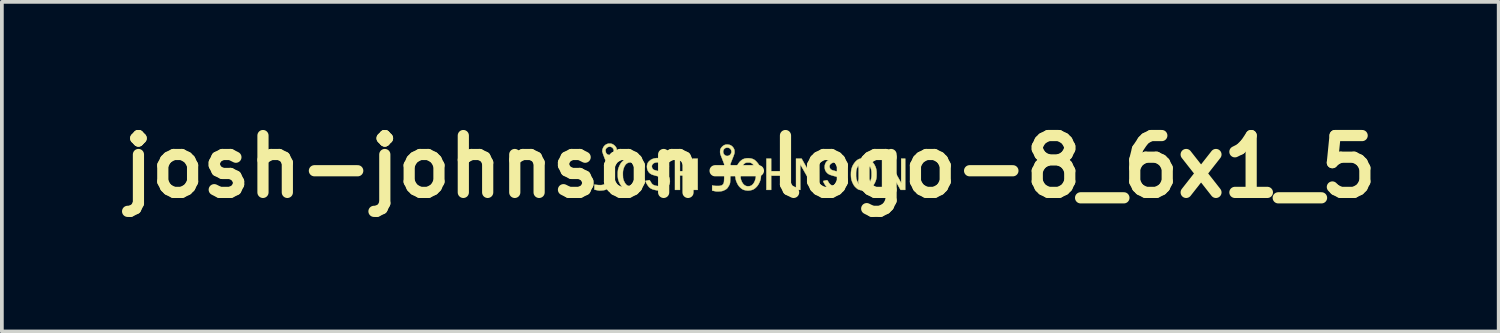
<source format=kicad_pcb>
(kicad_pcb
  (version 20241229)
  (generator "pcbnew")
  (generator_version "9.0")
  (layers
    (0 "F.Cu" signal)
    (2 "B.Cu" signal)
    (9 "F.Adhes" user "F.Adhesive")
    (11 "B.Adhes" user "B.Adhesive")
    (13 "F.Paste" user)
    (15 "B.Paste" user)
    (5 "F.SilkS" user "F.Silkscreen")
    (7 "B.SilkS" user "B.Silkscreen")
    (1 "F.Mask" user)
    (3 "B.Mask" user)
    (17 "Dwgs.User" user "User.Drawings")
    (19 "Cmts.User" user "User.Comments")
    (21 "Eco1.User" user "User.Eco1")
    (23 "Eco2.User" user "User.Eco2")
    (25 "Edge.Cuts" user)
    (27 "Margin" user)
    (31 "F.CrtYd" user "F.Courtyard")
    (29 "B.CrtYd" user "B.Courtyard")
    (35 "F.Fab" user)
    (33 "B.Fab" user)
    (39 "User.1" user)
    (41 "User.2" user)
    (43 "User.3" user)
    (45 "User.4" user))
  (footprint "josh-johnson-logo-8_6x1_5"
    (layer "F.Cu")
    (at 17.062 1.418)
    (property "Reference" "josh-johnson-logo-8_6x1_5" (at 0 0 0) (layer "F.SilkS") (effects (font (size 1.524 1.524) (thickness 0.3))))
    (attr through_hole)
    (fp_poly (pts (xy -1.886 0.121) (xy -1.543 0.121) (xy -1.543 -0.216) (xy -1.41 -0.216) (xy -1.41 0.622) (xy -1.543 0.622) (xy -1.543 0.235) (xy -1.886 0.235) (xy -1.886 0.622) (xy -2.019 0.622) (xy -2.019 -0.216) (xy -1.886 -0.216) (xy -1.886 0.121)) (stroke (width 0.01) (type solid)) (fill yes) (layer "F.SilkS"))
    (fp_poly (pts (xy 1.035 0.622) (xy 0.902 0.622) (xy 0.902 0.241) (xy 0.559 0.241) (xy 0.559 0.622) (xy 0.432 0.622) (xy 0.432 -0.216) (xy 0.559 -0.216) (xy 0.559 0.121) (xy 0.901 0.121) (xy 0.903 -0.046) (xy 0.905 -0.213) (xy 0.97 -0.215) (xy 1.035 -0.216) (xy 1.035 0.622)) (stroke (width 0.01) (type solid)) (fill yes) (layer "F.SilkS"))
    (fp_poly (pts (xy 3.605 -0.215) (xy 3.68 -0.213) (xy 3.862 0.111) (xy 4.045 0.434) (xy 4.045 -0.216) (xy 4.153 -0.216) (xy 4.153 0.622) (xy 4.091 0.622) (xy 4.029 0.622) (xy 3.642 -0.066) (xy 3.64 0.278) (xy 3.638 0.622) (xy 3.531 0.622) (xy 3.531 -0.216) (xy 3.605 -0.215)) (stroke (width 0.01) (type solid)) (fill yes) (layer "F.SilkS"))
    (fp_poly (pts (xy 1.795 -0.215) (xy 1.851 -0.213) (xy 1.854 0.623) (xy 1.79 0.621) (xy 1.726 0.619) (xy 1.536 0.283) (xy 1.502 0.222) (xy 1.47 0.166) (xy 1.44 0.113) (xy 1.413 0.065) (xy 1.389 0.024) (xy 1.37 -0.011) (xy 1.355 -0.037) (xy 1.345 -0.054) (xy 1.341 -0.061) (xy 1.341 -0.061) (xy 1.34 -0.057) (xy 1.34 -0.04) (xy 1.339 -0.014) (xy 1.339 0.022) (xy 1.338 0.067) (xy 1.338 0.118) (xy 1.338 0.176) (xy 1.338 0.238) (xy 1.339 0.277) (xy 1.341 0.622) (xy 1.226 0.622) (xy 1.226 -0.216) (xy 1.375 -0.216) (xy 1.516 0.033) (xy 1.547 0.088) (xy 1.578 0.142) (xy 1.607 0.195) (xy 1.634 0.243) (xy 1.658 0.286) (xy 1.679 0.322) (xy 1.694 0.349) (xy 1.7 0.359) (xy 1.743 0.436) (xy 1.741 0.11) (xy 1.74 -0.216) (xy 1.795 -0.215)) (stroke (width 0.01) (type solid)) (fill yes) (layer "F.SilkS"))
    (fp_poly (pts (xy -3.181 -0.231) (xy -3.162 -0.228) (xy -3.118 -0.22) (xy -3.082 -0.209) (xy -3.051 -0.193) (xy -3.021 -0.17) (xy -2.997 -0.148) (xy -2.948 -0.094) (xy -2.911 -0.033) (xy -2.885 0.034) (xy -2.869 0.107) (xy -2.866 0.137) (xy -2.863 0.216) (xy -2.869 0.289) (xy -2.885 0.358) (xy -2.911 0.426) (xy -2.919 0.443) (xy -2.953 0.501) (xy -2.993 0.55) (xy -3.038 0.587) (xy -3.087 0.614) (xy -3.138 0.628) (xy -3.172 0.634) (xy -3.198 0.636) (xy -3.219 0.637) (xy -3.241 0.636) (xy -3.254 0.634) (xy -3.313 0.621) (xy -3.365 0.6) (xy -3.41 0.57) (xy -3.449 0.529) (xy -3.484 0.477) (xy -3.505 0.436) (xy -3.523 0.397) (xy -3.535 0.363) (xy -3.544 0.33) (xy -3.549 0.294) (xy -3.552 0.253) (xy -3.552 0.203) (xy -3.552 0.197) (xy -3.416 0.197) (xy -3.415 0.229) (xy -3.413 0.266) (xy -3.412 0.294) (xy -3.409 0.315) (xy -3.405 0.334) (xy -3.399 0.353) (xy -3.392 0.372) (xy -3.37 0.418) (xy -3.346 0.457) (xy -3.319 0.487) (xy -3.309 0.495) (xy -3.275 0.512) (xy -3.234 0.522) (xy -3.191 0.522) (xy -3.149 0.514) (xy -3.134 0.508) (xy -3.1 0.487) (xy -3.07 0.453) (xy -3.044 0.409) (xy -3.04 0.4) (xy -3.024 0.364) (xy -3.014 0.331) (xy -3.007 0.297) (xy -3.003 0.26) (xy -3.001 0.214) (xy -3.001 0.197) (xy -3.002 0.148) (xy -3.005 0.109) (xy -3.01 0.075) (xy -3.02 0.044) (xy -3.034 0.011) (xy -3.043 -0.008) (xy -3.07 -0.051) (xy -3.099 -0.083) (xy -3.133 -0.103) (xy -3.174 -0.114) (xy -3.218 -0.116) (xy -3.263 -0.11) (xy -3.302 -0.092) (xy -3.337 -0.063) (xy -3.366 -0.022) (xy -3.384 0.016) (xy -3.397 0.05) (xy -3.406 0.082) (xy -3.412 0.115) (xy -3.415 0.153) (xy -3.416 0.197) (xy -3.552 0.197) (xy -3.552 0.153) (xy -3.549 0.111) (xy -3.544 0.076) (xy -3.535 0.043) (xy -3.522 0.009) (xy -3.505 -0.029) (xy -3.504 -0.032) (xy -3.486 -0.066) (xy -3.47 -0.093) (xy -3.452 -0.116) (xy -3.429 -0.14) (xy -3.428 -0.141) (xy -3.392 -0.173) (xy -3.357 -0.197) (xy -3.32 -0.213) (xy -3.275 -0.224) (xy -3.266 -0.225) (xy -3.233 -0.23) (xy -3.207 -0.232) (xy -3.181 -0.231)) (stroke (width 0.01) (type solid)) (fill yes) (layer "F.SilkS"))
    (fp_poly (pts (xy -3.707 -0.61) (xy -3.693 -0.604) (xy -3.657 -0.582) (xy -3.624 -0.552) (xy -3.598 -0.517) (xy -3.595 -0.512) (xy -3.587 -0.493) (xy -3.582 -0.476) (xy -3.579 -0.455) (xy -3.579 -0.427) (xy -3.579 -0.425) (xy -3.579 -0.408) (xy -3.58 -0.393) (xy -3.582 -0.378) (xy -3.586 -0.362) (xy -3.592 -0.342) (xy -3.601 -0.316) (xy -3.614 -0.283) (xy -3.631 -0.241) (xy -3.634 -0.232) (xy -3.689 -0.092) (xy -3.689 0.137) (xy -3.69 0.204) (xy -3.69 0.259) (xy -3.691 0.305) (xy -3.692 0.341) (xy -3.694 0.369) (xy -3.696 0.391) (xy -3.698 0.407) (xy -3.699 0.407) (xy -3.717 0.466) (xy -3.745 0.518) (xy -3.782 0.561) (xy -3.828 0.595) (xy -3.882 0.619) (xy -3.89 0.622) (xy -3.916 0.628) (xy -3.95 0.633) (xy -3.987 0.637) (xy -4.023 0.639) (xy -4.054 0.639) (xy -4.067 0.637) (xy -4.083 0.635) (xy -4.106 0.63) (xy -4.132 0.625) (xy -4.132 0.625) (xy -4.178 0.615) (xy -4.178 0.481) (xy -4.145 0.485) (xy -4.078 0.492) (xy -4.021 0.494) (xy -3.975 0.491) (xy -3.937 0.482) (xy -3.907 0.469) (xy -3.885 0.449) (xy -3.872 0.429) (xy -3.868 0.422) (xy -3.865 0.415) (xy -3.863 0.406) (xy -3.861 0.394) (xy -3.86 0.378) (xy -3.858 0.357) (xy -3.858 0.328) (xy -3.857 0.292) (xy -3.856 0.246) (xy -3.856 0.189) (xy -3.856 0.154) (xy -3.854 -0.096) (xy -3.905 -0.228) (xy -3.925 -0.281) (xy -3.941 -0.323) (xy -3.952 -0.357) (xy -3.96 -0.385) (xy -3.965 -0.407) (xy -3.966 -0.426) (xy -3.965 -0.444) (xy -3.965 -0.446) (xy -3.88 -0.446) (xy -3.88 -0.414) (xy -3.872 -0.383) (xy -3.858 -0.355) (xy -3.837 -0.334) (xy -3.828 -0.329) (xy -3.799 -0.317) (xy -3.777 -0.312) (xy -3.756 -0.313) (xy -3.732 -0.32) (xy -3.703 -0.335) (xy -3.682 -0.355) (xy -3.67 -0.378) (xy -3.659 -0.414) (xy -3.661 -0.448) (xy -3.673 -0.48) (xy -3.694 -0.507) (xy -3.724 -0.527) (xy -3.747 -0.534) (xy -3.782 -0.536) (xy -3.815 -0.526) (xy -3.845 -0.508) (xy -3.868 -0.481) (xy -3.871 -0.475) (xy -3.88 -0.446) (xy -3.965 -0.446) (xy -3.962 -0.462) (xy -3.96 -0.469) (xy -3.942 -0.515) (xy -3.916 -0.554) (xy -3.882 -0.585) (xy -3.842 -0.607) (xy -3.799 -0.619) (xy -3.753 -0.62) (xy -3.707 -0.61)) (stroke (width 0.01) (type solid)) (fill yes) (layer "F.SilkS"))
    (fp_poly (pts (xy -0.003 -0.223) (xy 0.05 -0.212) (xy 0.096 -0.192) (xy 0.097 -0.192) (xy 0.123 -0.174) (xy 0.153 -0.147) (xy 0.183 -0.115) (xy 0.21 -0.081) (xy 0.233 -0.047) (xy 0.237 -0.04) (xy 0.257 0.004) (xy 0.272 0.047) (xy 0.281 0.094) (xy 0.286 0.146) (xy 0.288 0.194) (xy 0.286 0.25) (xy 0.282 0.298) (xy 0.274 0.34) (xy 0.262 0.381) (xy 0.244 0.423) (xy 0.237 0.438) (xy 0.217 0.475) (xy 0.196 0.507) (xy 0.171 0.537) (xy 0.163 0.545) (xy 0.128 0.578) (xy 0.094 0.602) (xy 0.059 0.619) (xy 0.019 0.63) (xy 0.008 0.632) (xy -0.026 0.638) (xy -0.056 0.64) (xy -0.085 0.639) (xy -0.119 0.634) (xy -0.13 0.632) (xy -0.17 0.623) (xy -0.204 0.608) (xy -0.236 0.587) (xy -0.271 0.558) (xy -0.274 0.554) (xy -0.298 0.53) (xy -0.316 0.506) (xy -0.334 0.478) (xy -0.349 0.449) (xy -0.37 0.404) (xy -0.385 0.362) (xy -0.394 0.319) (xy -0.4 0.272) (xy -0.401 0.216) (xy -0.401 0.206) (xy -0.263 0.206) (xy -0.263 0.255) (xy -0.26 0.294) (xy -0.255 0.327) (xy -0.246 0.358) (xy -0.233 0.389) (xy -0.218 0.421) (xy -0.189 0.464) (xy -0.155 0.496) (xy -0.116 0.517) (xy -0.072 0.526) (xy -0.024 0.523) (xy 0.000434 0.517) (xy 0.037 0.5) (xy 0.07 0.471) (xy 0.098 0.432) (xy 0.122 0.383) (xy 0.14 0.326) (xy 0.144 0.309) (xy 0.149 0.275) (xy 0.151 0.235) (xy 0.152 0.191) (xy 0.15 0.146) (xy 0.146 0.105) (xy 0.14 0.07) (xy 0.135 0.05) (xy 0.113 -0.001) (xy 0.09 -0.041) (xy 0.062 -0.072) (xy 0.033 -0.094) (xy 0.017 -0.102) (xy 0.002 -0.107) (xy -0.016 -0.11) (xy -0.04 -0.111) (xy -0.054 -0.111) (xy -0.085 -0.11) (xy -0.107 -0.108) (xy -0.124 -0.103) (xy -0.137 -0.097) (xy -0.173 -0.071) (xy -0.203 -0.034) (xy -0.222 -0.002) (xy -0.237 0.032) (xy -0.249 0.063) (xy -0.256 0.092) (xy -0.261 0.125) (xy -0.263 0.165) (xy -0.263 0.206) (xy -0.401 0.206) (xy -0.4 0.148) (xy -0.394 0.098) (xy -0.385 0.053) (xy -0.369 0.009) (xy -0.351 -0.032) (xy -0.321 -0.082) (xy -0.286 -0.128) (xy -0.246 -0.166) (xy -0.209 -0.193) (xy -0.164 -0.212) (xy -0.113 -0.224) (xy -0.058 -0.227) (xy -0.003 -0.223)) (stroke (width 0.01) (type solid)) (fill yes) (layer "F.SilkS"))
    (fp_poly (pts (xy 3.077 -0.226) (xy 3.112 -0.221) (xy 3.147 -0.212) (xy 3.178 -0.202) (xy 3.201 -0.191) (xy 3.202 -0.19) (xy 3.24 -0.159) (xy 3.278 -0.121) (xy 3.311 -0.079) (xy 3.331 -0.047) (xy 3.353 -0.003) (xy 3.369 0.04) (xy 3.379 0.085) (xy 3.385 0.135) (xy 3.386 0.194) (xy 3.385 0.25) (xy 3.382 0.297) (xy 3.374 0.339) (xy 3.362 0.379) (xy 3.344 0.421) (xy 3.334 0.442) (xy 3.302 0.496) (xy 3.265 0.543) (xy 3.224 0.581) (xy 3.182 0.609) (xy 3.178 0.61) (xy 3.138 0.625) (xy 3.094 0.635) (xy 3.05 0.64) (xy 3.01 0.639) (xy 3 0.637) (xy 2.959 0.629) (xy 2.928 0.621) (xy 2.903 0.613) (xy 2.882 0.602) (xy 2.862 0.587) (xy 2.84 0.568) (xy 2.826 0.555) (xy 2.803 0.532) (xy 2.786 0.511) (xy 2.77 0.487) (xy 2.753 0.455) (xy 2.75 0.449) (xy 2.728 0.4) (xy 2.713 0.354) (xy 2.703 0.306) (xy 2.699 0.251) (xy 2.698 0.206) (xy 2.836 0.206) (xy 2.836 0.255) (xy 2.839 0.294) (xy 2.844 0.327) (xy 2.853 0.357) (xy 2.865 0.388) (xy 2.881 0.421) (xy 2.91 0.464) (xy 2.944 0.496) (xy 2.983 0.517) (xy 3.027 0.526) (xy 3.074 0.523) (xy 3.099 0.517) (xy 3.137 0.499) (xy 3.17 0.47) (xy 3.199 0.43) (xy 3.218 0.388) (xy 3.232 0.349) (xy 3.242 0.313) (xy 3.248 0.276) (xy 3.251 0.233) (xy 3.251 0.196) (xy 3.25 0.143) (xy 3.245 0.099) (xy 3.236 0.06) (xy 3.222 0.022) (xy 3.217 0.01) (xy 3.197 -0.029) (xy 3.175 -0.058) (xy 3.151 -0.081) (xy 3.131 -0.094) (xy 3.116 -0.102) (xy 3.101 -0.107) (xy 3.083 -0.11) (xy 3.058 -0.111) (xy 3.045 -0.111) (xy 3.014 -0.11) (xy 2.992 -0.108) (xy 2.975 -0.103) (xy 2.962 -0.097) (xy 2.927 -0.072) (xy 2.897 -0.037) (xy 2.878 -0.003) (xy 2.862 0.031) (xy 2.851 0.062) (xy 2.843 0.092) (xy 2.838 0.126) (xy 2.836 0.167) (xy 2.836 0.206) (xy 2.698 0.206) (xy 2.7 0.143) (xy 2.707 0.089) (xy 2.719 0.039) (xy 2.738 -0.011) (xy 2.748 -0.032) (xy 2.778 -0.082) (xy 2.813 -0.128) (xy 2.853 -0.167) (xy 2.89 -0.193) (xy 2.922 -0.207) (xy 2.963 -0.219) (xy 3.007 -0.226) (xy 3.045 -0.228) (xy 3.077 -0.226)) (stroke (width 0.01) (type solid)) (fill yes) (layer "F.SilkS"))
    (fp_poly (pts (xy -0.565 -0.588) (xy -0.521 -0.571) (xy -0.483 -0.543) (xy -0.452 -0.505) (xy -0.44 -0.484) (xy -0.43 -0.461) (xy -0.425 -0.44) (xy -0.423 -0.416) (xy -0.423 -0.4) (xy -0.423 -0.384) (xy -0.424 -0.369) (xy -0.427 -0.354) (xy -0.432 -0.336) (xy -0.44 -0.313) (xy -0.45 -0.284) (xy -0.465 -0.246) (xy -0.478 -0.213) (xy -0.533 -0.073) (xy -0.535 0.175) (xy -0.536 0.239) (xy -0.537 0.292) (xy -0.538 0.335) (xy -0.539 0.369) (xy -0.54 0.396) (xy -0.541 0.416) (xy -0.543 0.432) (xy -0.546 0.445) (xy -0.549 0.456) (xy -0.549 0.457) (xy -0.559 0.483) (xy -0.575 0.512) (xy -0.593 0.543) (xy -0.611 0.569) (xy -0.628 0.588) (xy -0.629 0.589) (xy -0.647 0.603) (xy -0.672 0.618) (xy -0.702 0.633) (xy -0.73 0.645) (xy -0.754 0.653) (xy -0.756 0.653) (xy -0.784 0.658) (xy -0.818 0.661) (xy -0.854 0.663) (xy -0.887 0.663) (xy -0.905 0.663) (xy -0.924 0.66) (xy -0.95 0.656) (xy -0.976 0.65) (xy -1.022 0.64) (xy -1.022 0.503) (xy -0.992 0.509) (xy -0.974 0.512) (xy -0.946 0.514) (xy -0.914 0.516) (xy -0.886 0.516) (xy -0.839 0.516) (xy -0.803 0.512) (xy -0.774 0.504) (xy -0.751 0.492) (xy -0.732 0.474) (xy -0.731 0.473) (xy -0.723 0.463) (xy -0.717 0.451) (xy -0.711 0.436) (xy -0.707 0.416) (xy -0.704 0.392) (xy -0.702 0.36) (xy -0.7 0.321) (xy -0.699 0.272) (xy -0.699 0.213) (xy -0.699 0.151) (xy -0.699 -0.069) (xy -0.754 -0.211) (xy -0.772 -0.256) (xy -0.785 -0.291) (xy -0.795 -0.318) (xy -0.802 -0.339) (xy -0.806 -0.356) (xy -0.808 -0.37) (xy -0.809 -0.385) (xy -0.809 -0.395) (xy -0.728 -0.395) (xy -0.722 -0.364) (xy -0.708 -0.336) (xy -0.687 -0.312) (xy -0.66 -0.296) (xy -0.63 -0.287) (xy -0.597 -0.289) (xy -0.581 -0.294) (xy -0.548 -0.313) (xy -0.524 -0.34) (xy -0.509 -0.372) (xy -0.505 -0.407) (xy -0.513 -0.443) (xy -0.517 -0.453) (xy -0.537 -0.48) (xy -0.563 -0.499) (xy -0.594 -0.509) (xy -0.627 -0.511) (xy -0.659 -0.504) (xy -0.687 -0.488) (xy -0.71 -0.463) (xy -0.71 -0.462) (xy -0.724 -0.429) (xy -0.728 -0.395) (xy -0.809 -0.395) (xy -0.809 -0.401) (xy -0.809 -0.403) (xy -0.808 -0.433) (xy -0.805 -0.455) (xy -0.799 -0.474) (xy -0.795 -0.481) (xy -0.766 -0.524) (xy -0.729 -0.559) (xy -0.7 -0.576) (xy -0.677 -0.586) (xy -0.655 -0.591) (xy -0.63 -0.593) (xy -0.616 -0.594) (xy -0.565 -0.588)) (stroke (width 0.01) (type solid)) (fill yes) (layer "F.SilkS"))
    (fp_poly (pts (xy -2.448 -0.228) (xy -2.43 -0.225) (xy -2.377 -0.214) (xy -2.335 -0.2) (xy -2.3 -0.182) (xy -2.27 -0.158) (xy -2.244 -0.127) (xy -2.236 -0.115) (xy -2.222 -0.094) (xy -2.209 -0.071) (xy -2.196 -0.048) (xy -2.186 -0.029) (xy -2.18 -0.015) (xy -2.179 -0.01) (xy -2.186 -0.007) (xy -2.202 -0.002) (xy -2.225 0.004) (xy -2.24 0.008) (xy -2.299 0.025) (xy -2.303 0.007) (xy -2.318 -0.031) (xy -2.343 -0.064) (xy -2.377 -0.089) (xy -2.419 -0.107) (xy -2.467 -0.116) (xy -2.486 -0.117) (xy -2.533 -0.113) (xy -2.573 -0.101) (xy -2.605 -0.082) (xy -2.627 -0.055) (xy -2.639 -0.024) (xy -2.638 0.008) (xy -2.628 0.04) (xy -2.612 0.063) (xy -2.604 0.072) (xy -2.593 0.079) (xy -2.578 0.087) (xy -2.558 0.094) (xy -2.529 0.102) (xy -2.492 0.112) (xy -2.446 0.124) (xy -2.381 0.141) (xy -2.326 0.158) (xy -2.282 0.176) (xy -2.246 0.196) (xy -2.218 0.219) (xy -2.197 0.245) (xy -2.18 0.276) (xy -2.167 0.312) (xy -2.162 0.335) (xy -2.155 0.389) (xy -2.161 0.44) (xy -2.178 0.488) (xy -2.206 0.531) (xy -2.245 0.569) (xy -2.295 0.6) (xy -2.299 0.603) (xy -2.322 0.614) (xy -2.342 0.621) (xy -2.362 0.627) (xy -2.386 0.631) (xy -2.417 0.635) (xy -2.445 0.637) (xy -2.462 0.637) (xy -2.486 0.635) (xy -2.514 0.632) (xy -2.519 0.631) (xy -2.58 0.618) (xy -2.63 0.602) (xy -2.672 0.581) (xy -2.706 0.554) (xy -2.719 0.542) (xy -2.736 0.519) (xy -2.757 0.489) (xy -2.777 0.457) (xy -2.794 0.425) (xy -2.803 0.405) (xy -2.813 0.382) (xy -2.764 0.371) (xy -2.739 0.366) (xy -2.719 0.362) (xy -2.707 0.36) (xy -2.705 0.36) (xy -2.698 0.365) (xy -2.687 0.379) (xy -2.673 0.4) (xy -2.672 0.403) (xy -2.65 0.439) (xy -2.629 0.466) (xy -2.605 0.485) (xy -2.575 0.499) (xy -2.537 0.51) (xy -2.529 0.512) (xy -2.478 0.52) (xy -2.43 0.519) (xy -2.387 0.511) (xy -2.35 0.495) (xy -2.321 0.472) (xy -2.309 0.455) (xy -2.296 0.425) (xy -2.291 0.392) (xy -2.294 0.361) (xy -2.305 0.336) (xy -2.308 0.331) (xy -2.321 0.318) (xy -2.335 0.307) (xy -2.353 0.297) (xy -2.376 0.287) (xy -2.406 0.277) (xy -2.445 0.266) (xy -2.489 0.254) (xy -2.53 0.243) (xy -2.568 0.232) (xy -2.602 0.222) (xy -2.628 0.214) (xy -2.645 0.207) (xy -2.645 0.207) (xy -2.688 0.181) (xy -2.723 0.146) (xy -2.749 0.103) (xy -2.765 0.056) (xy -2.771 0.004) (xy -2.768 -0.035) (xy -2.76 -0.07) (xy -2.748 -0.1) (xy -2.729 -0.127) (xy -2.712 -0.146) (xy -2.672 -0.18) (xy -2.623 -0.206) (xy -2.568 -0.223) (xy -2.509 -0.231) (xy -2.448 -0.228)) (stroke (width 0.01) (type solid)) (fill yes) (layer "F.SilkS"))
    (fp_poly (pts (xy 2.301 -0.226) (xy 2.36 -0.218) (xy 2.413 -0.203) (xy 2.459 -0.181) (xy 2.495 -0.152) (xy 2.497 -0.151) (xy 2.511 -0.133) (xy 2.528 -0.11) (xy 2.545 -0.085) (xy 2.56 -0.059) (xy 2.573 -0.036) (xy 2.579 -0.02) (xy 2.58 -0.015) (xy 2.578 -0.009) (xy 2.567 -0.003) (xy 2.546 0.005) (xy 2.527 0.01) (xy 2.503 0.017) (xy 2.483 0.022) (xy 2.471 0.025) (xy 2.47 0.025) (xy 2.466 0.02) (xy 2.46 0.006) (xy 2.458 -0.000395) (xy 2.443 -0.031) (xy 2.418 -0.061) (xy 2.385 -0.086) (xy 2.365 -0.096) (xy 2.325 -0.11) (xy 2.281 -0.115) (xy 2.239 -0.112) (xy 2.199 -0.101) (xy 2.165 -0.083) (xy 2.145 -0.065) (xy 2.128 -0.035) (xy 2.123 -0.003) (xy 2.131 0.03) (xy 2.132 0.033) (xy 2.14 0.049) (xy 2.149 0.063) (xy 2.16 0.074) (xy 2.176 0.084) (xy 2.196 0.093) (xy 2.224 0.102) (xy 2.261 0.112) (xy 2.307 0.124) (xy 2.327 0.129) (xy 2.392 0.146) (xy 2.446 0.164) (xy 2.489 0.182) (xy 2.523 0.202) (xy 2.549 0.224) (xy 2.568 0.249) (xy 2.575 0.26) (xy 2.597 0.316) (xy 2.607 0.371) (xy 2.606 0.424) (xy 2.593 0.473) (xy 2.568 0.519) (xy 2.533 0.559) (xy 2.487 0.593) (xy 2.464 0.605) (xy 2.408 0.627) (xy 2.35 0.638) (xy 2.289 0.639) (xy 2.231 0.632) (xy 2.178 0.62) (xy 2.134 0.606) (xy 2.097 0.587) (xy 2.066 0.563) (xy 2.044 0.54) (xy 2.027 0.52) (xy 2.01 0.496) (xy 1.993 0.469) (xy 1.978 0.443) (xy 1.966 0.42) (xy 1.958 0.4) (xy 1.955 0.388) (xy 1.957 0.384) (xy 1.97 0.38) (xy 1.99 0.376) (xy 2.013 0.37) (xy 2.035 0.366) (xy 2.051 0.363) (xy 2.057 0.362) (xy 2.065 0.367) (xy 2.076 0.381) (xy 2.088 0.4) (xy 2.088 0.4) (xy 2.112 0.439) (xy 2.136 0.468) (xy 2.163 0.489) (xy 2.196 0.504) (xy 2.238 0.515) (xy 2.249 0.517) (xy 2.306 0.523) (xy 2.356 0.519) (xy 2.4 0.505) (xy 2.436 0.481) (xy 2.437 0.48) (xy 2.458 0.455) (xy 2.469 0.423) (xy 2.472 0.394) (xy 2.47 0.367) (xy 2.463 0.346) (xy 2.45 0.327) (xy 2.43 0.311) (xy 2.401 0.296) (xy 2.363 0.282) (xy 2.313 0.267) (xy 2.288 0.261) (xy 2.233 0.247) (xy 2.189 0.234) (xy 2.154 0.223) (xy 2.125 0.212) (xy 2.103 0.201) (xy 2.083 0.188) (xy 2.066 0.173) (xy 2.058 0.166) (xy 2.026 0.128) (xy 2.006 0.088) (xy 1.996 0.043) (xy 1.994 0.01) (xy 1.998 -0.043) (xy 2.013 -0.088) (xy 2.037 -0.128) (xy 2.072 -0.162) (xy 2.119 -0.192) (xy 2.13 -0.197) (xy 2.158 -0.21) (xy 2.18 -0.219) (xy 2.203 -0.223) (xy 2.232 -0.226) (xy 2.239 -0.227) (xy 2.301 -0.226)) (stroke (width 0.01) (type solid)) (fill yes) (layer "F.SilkS")))
  (gr_rect
    (start -3 -3)
    (end 37.123 5.836)
    (stroke (width 0.1) (type default))
    (fill no)
    (layer "Edge.Cuts")))
</source>
